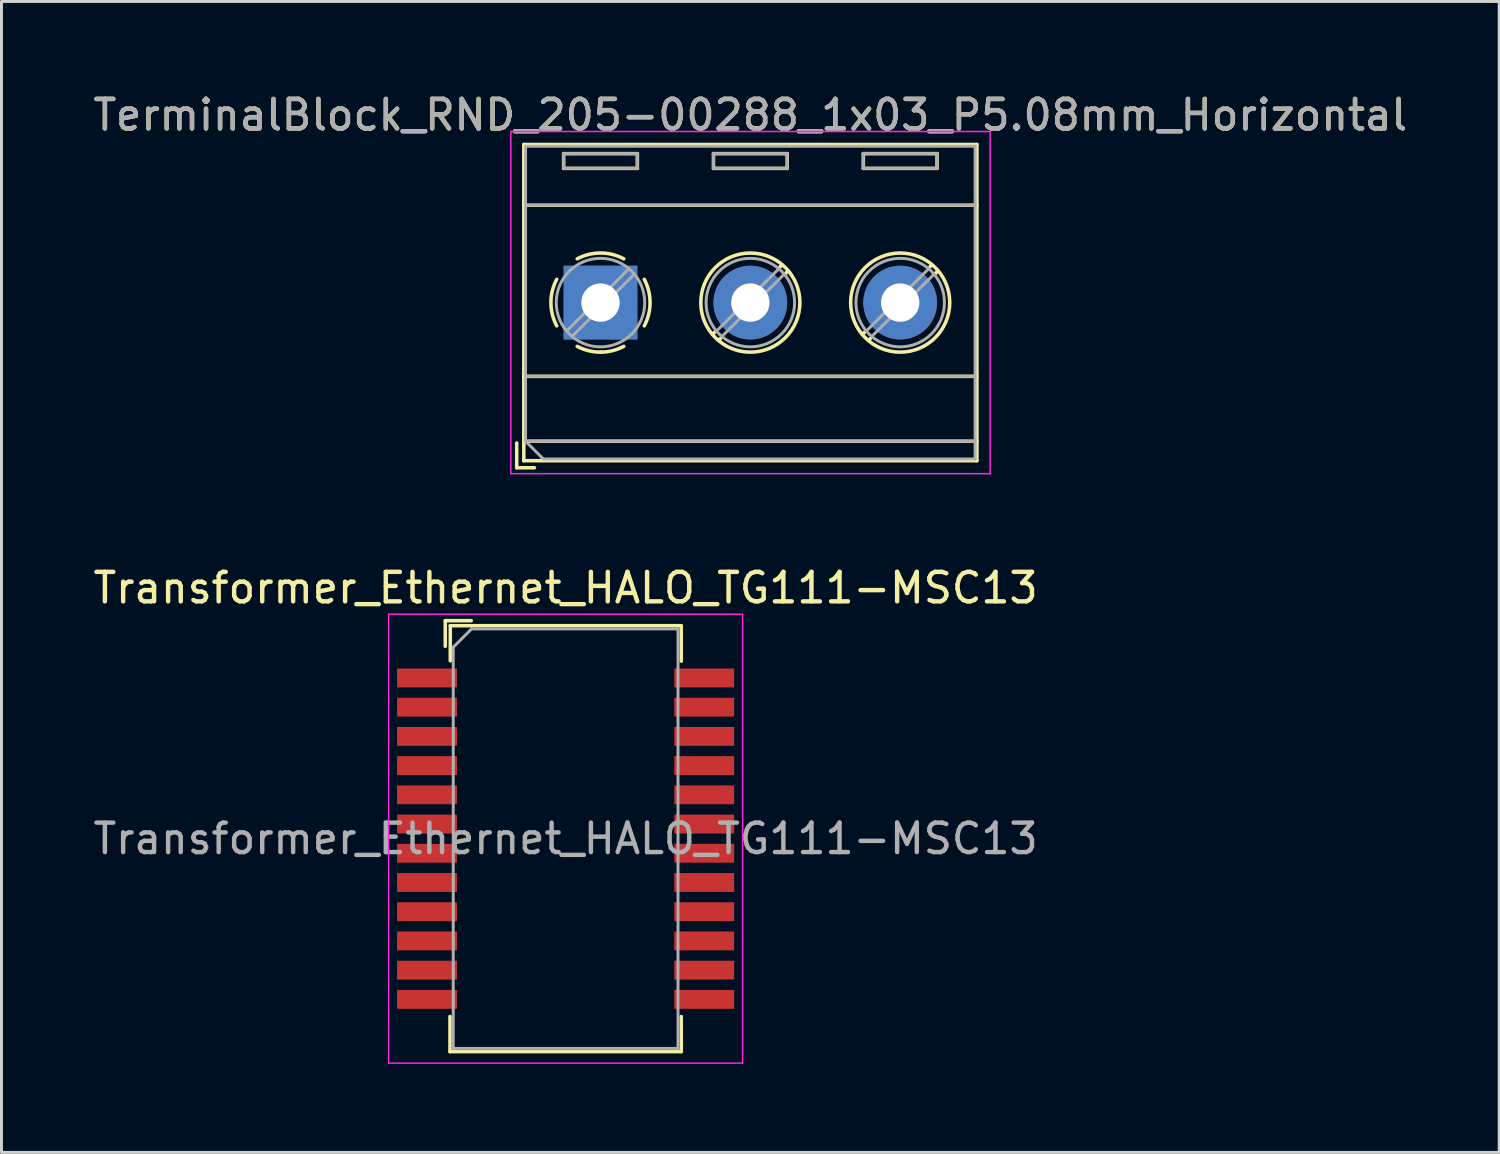
<source format=kicad_pcb>
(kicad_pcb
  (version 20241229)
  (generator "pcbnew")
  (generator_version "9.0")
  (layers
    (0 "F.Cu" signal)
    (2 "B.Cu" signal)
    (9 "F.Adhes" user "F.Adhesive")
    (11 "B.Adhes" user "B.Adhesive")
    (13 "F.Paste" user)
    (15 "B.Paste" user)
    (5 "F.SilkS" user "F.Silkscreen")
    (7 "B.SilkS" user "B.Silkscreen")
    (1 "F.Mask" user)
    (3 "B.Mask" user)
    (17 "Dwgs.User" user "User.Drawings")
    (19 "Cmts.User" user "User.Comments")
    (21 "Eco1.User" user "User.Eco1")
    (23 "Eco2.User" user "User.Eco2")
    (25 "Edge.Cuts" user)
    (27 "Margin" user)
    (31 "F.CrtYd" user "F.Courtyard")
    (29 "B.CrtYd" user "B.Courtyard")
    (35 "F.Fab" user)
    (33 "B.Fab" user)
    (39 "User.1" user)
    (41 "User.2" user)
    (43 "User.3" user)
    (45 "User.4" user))
  (footprint "Transformer_Ethernet_HALO_TG111-MSC13"
    (layer "F.Cu")
    (at 16.125 25.381)
    (property "Reference" "Transformer_Ethernet_HALO_TG111-MSC13" (at 0 -8.5 0) (layer "F.SilkS") (effects (font (size 1 1) (thickness 0.15))))
    (attr smd)
    (fp_line (start -4.08 -7.39) (end -4.08 -6.52) (stroke (width 0.12) (type solid)) (layer "F.SilkS"))
    (fp_line (start -3.92 6.03) (end -3.92 7.22) (stroke (width 0.12) (type solid)) (layer "F.SilkS"))
    (fp_line (start -3.92 7.22) (end 3.92 7.22) (stroke (width 0.12) (type solid)) (layer "F.SilkS"))
    (fp_line (start -3.91 -7.22) (end -3.91 -6.03) (stroke (width 0.12) (type solid)) (layer "F.SilkS"))
    (fp_line (start -3.91 -7.22) (end 3.91 -7.22) (stroke (width 0.12) (type solid)) (layer "F.SilkS"))
    (fp_line (start -3.2 -7.39) (end -4.08 -7.39) (stroke (width 0.12) (type solid)) (layer "F.SilkS"))
    (fp_line (start 3.92 -7.22) (end 3.92 -6.02) (stroke (width 0.12) (type solid)) (layer "F.SilkS"))
    (fp_line (start 3.92 6.03) (end 3.92 7.22) (stroke (width 0.12) (type solid)) (layer "F.SilkS"))
    (fp_line (start -6 7.61) (end -6 -7.61) (stroke (width 0.05) (type solid)) (layer "F.CrtYd"))
    (fp_line (start -6 7.61) (end 6 7.61) (stroke (width 0.05) (type solid)) (layer "F.CrtYd"))
    (fp_line (start 6 -7.61) (end -6 -7.61) (stroke (width 0.05) (type solid)) (layer "F.CrtYd"))
    (fp_line (start 6 7.61) (end 6 -7.61) (stroke (width 0.05) (type solid)) (layer "F.CrtYd"))
    (fp_line (start -3.81 7.11) (end -3.81 -6.49) (stroke (width 0.1) (type solid)) (layer "F.Fab"))
    (fp_line (start -3.81 7.11) (end 3.81 7.11) (stroke (width 0.1) (type solid)) (layer "F.Fab"))
    (fp_line (start -3.19 -7.11) (end -3.81 -6.49) (stroke (width 0.1) (type solid)) (layer "F.Fab"))
    (fp_line (start -3.19 -7.11) (end 3.81 -7.11) (stroke (width 0.1) (type solid)) (layer "F.Fab"))
    (fp_line (start 3.81 7.11) (end 3.81 -7.11) (stroke (width 0.1) (type solid)) (layer "F.Fab"))
    (fp_text user "${REFERENCE}" (at 0 0 0) (layer "F.Fab") (effects (font (size 1 1) (thickness 0.15))))
    (pad "1" smd rect (at -4.699 -5.448 270) (size 0.64 2.03) (layers "F.Cu" "F.Mask" "F.Paste"))
    (pad "2" smd rect (at -4.699 -4.458 270) (size 0.64 2.03) (layers "F.Cu" "F.Mask" "F.Paste"))
    (pad "3" smd rect (at -4.699 -3.467 270) (size 0.64 2.03) (layers "F.Cu" "F.Mask" "F.Paste"))
    (pad "4" smd rect (at -4.699 -2.477 270) (size 0.64 2.03) (layers "F.Cu" "F.Mask" "F.Paste"))
    (pad "5" smd rect (at -4.699 -1.486 270) (size 0.64 2.03) (layers "F.Cu" "F.Mask" "F.Paste"))
    (pad "6" smd rect (at -4.699 -0.495 270) (size 0.64 2.03) (layers "F.Cu" "F.Mask" "F.Paste"))
    (pad "7" smd rect (at -4.699 0.495 270) (size 0.64 2.03) (layers "F.Cu" "F.Mask" "F.Paste"))
    (pad "8" smd rect (at -4.699 1.486 270) (size 0.64 2.03) (layers "F.Cu" "F.Mask" "F.Paste"))
    (pad "9" smd rect (at -4.699 2.477 270) (size 0.64 2.03) (layers "F.Cu" "F.Mask" "F.Paste"))
    (pad "10" smd rect (at -4.699 3.467 270) (size 0.64 2.03) (layers "F.Cu" "F.Mask" "F.Paste"))
    (pad "11" smd rect (at -4.699 4.458 270) (size 0.64 2.03) (layers "F.Cu" "F.Mask" "F.Paste"))
    (pad "12" smd rect (at -4.699 5.448 270) (size 0.64 2.03) (layers "F.Cu" "F.Mask" "F.Paste"))
    (pad "13" smd rect (at 4.699 5.448 270) (size 0.64 2.03) (layers "F.Cu" "F.Mask" "F.Paste"))
    (pad "14" smd rect (at 4.699 4.458 270) (size 0.64 2.03) (layers "F.Cu" "F.Mask" "F.Paste"))
    (pad "15" smd rect (at 4.699 3.467 270) (size 0.64 2.03) (layers "F.Cu" "F.Mask" "F.Paste"))
    (pad "16" smd rect (at 4.699 2.477 270) (size 0.64 2.03) (layers "F.Cu" "F.Mask" "F.Paste"))
    (pad "17" smd rect (at 4.699 1.486 270) (size 0.64 2.03) (layers "F.Cu" "F.Mask" "F.Paste"))
    (pad "18" smd rect (at 4.699 0.495 270) (size 0.64 2.03) (layers "F.Cu" "F.Mask" "F.Paste"))
    (pad "19" smd rect (at 4.699 -0.495 270) (size 0.64 2.03) (layers "F.Cu" "F.Mask" "F.Paste"))
    (pad "20" smd rect (at 4.699 -1.486 270) (size 0.64 2.03) (layers "F.Cu" "F.Mask" "F.Paste"))
    (pad "21" smd rect (at 4.699 -2.477 270) (size 0.64 2.03) (layers "F.Cu" "F.Mask" "F.Paste"))
    (pad "22" smd rect (at 4.699 -3.467 270) (size 0.64 2.03) (layers "F.Cu" "F.Mask" "F.Paste"))
    (pad "23" smd rect (at 4.699 -4.458 270) (size 0.64 2.03) (layers "F.Cu" "F.Mask" "F.Paste"))
    (pad "24" smd rect (at 4.699 -5.448 270) (size 0.64 2.03) (layers "F.Cu" "F.Mask" "F.Paste")))
  (footprint "TerminalBlock_RND_205-00288_1x03_P5.08mm_Horizontal"
    (layer "F.Cu")
    (at 17.307 7.208)
    (property "Reference" "TerminalBlock_RND_205-00288_1x03_P5.08mm_Horizontal" (at 5.08 -6.36 0) (layer "F.SilkS") (effects (font (size 1 1) (thickness 0.15))))
    (attr through_hole)
    (fp_line (start -2.84 4.76) (end -2.84 5.6) (stroke (width 0.12) (type solid)) (layer "F.SilkS"))
    (fp_line (start -2.84 5.6) (end -2.24 5.6) (stroke (width 0.12) (type solid)) (layer "F.SilkS"))
    (fp_line (start -2.6 -5.36) (end -2.6 5.36) (stroke (width 0.12) (type solid)) (layer "F.SilkS"))
    (fp_line (start -2.6 -5.36) (end 12.76 -5.36) (stroke (width 0.12) (type solid)) (layer "F.SilkS"))
    (fp_line (start -2.6 -3.3) (end 12.76 -3.3) (stroke (width 0.12) (type solid)) (layer "F.SilkS"))
    (fp_line (start -2.6 2.5) (end 12.76 2.5) (stroke (width 0.12) (type solid)) (layer "F.SilkS"))
    (fp_line (start -2.6 4.7) (end 12.76 4.7) (stroke (width 0.12) (type solid)) (layer "F.SilkS"))
    (fp_line (start -2.6 5.36) (end 12.76 5.36) (stroke (width 0.12) (type solid)) (layer "F.SilkS"))
    (fp_line (start -1.25 -5.05) (end -1.25 -4.55) (stroke (width 0.12) (type solid)) (layer "F.SilkS"))
    (fp_line (start -1.25 -5.05) (end 1.25 -5.05) (stroke (width 0.12) (type solid)) (layer "F.SilkS"))
    (fp_line (start -1.25 -4.55) (end 1.25 -4.55) (stroke (width 0.12) (type solid)) (layer "F.SilkS"))
    (fp_line (start 1.25 -5.05) (end 1.25 -4.55) (stroke (width 0.12) (type solid)) (layer "F.SilkS"))
    (fp_line (start 3.83 -5.05) (end 3.83 -4.55) (stroke (width 0.12) (type solid)) (layer "F.SilkS"))
    (fp_line (start 3.83 -5.05) (end 6.33 -5.05) (stroke (width 0.12) (type solid)) (layer "F.SilkS"))
    (fp_line (start 3.83 -4.55) (end 6.33 -4.55) (stroke (width 0.12) (type solid)) (layer "F.SilkS"))
    (fp_line (start 3.9 0.976) (end 3.806 1.069) (stroke (width 0.12) (type solid)) (layer "F.SilkS"))
    (fp_line (start 4.07 1.216) (end 4.011 1.274) (stroke (width 0.12) (type solid)) (layer "F.SilkS"))
    (fp_line (start 6.15 -1.275) (end 6.091 -1.216) (stroke (width 0.12) (type solid)) (layer "F.SilkS"))
    (fp_line (start 6.33 -5.05) (end 6.33 -4.55) (stroke (width 0.12) (type solid)) (layer "F.SilkS"))
    (fp_line (start 6.355 -1.069) (end 6.261 -0.976) (stroke (width 0.12) (type solid)) (layer "F.SilkS"))
    (fp_line (start 8.91 -5.05) (end 8.91 -4.55) (stroke (width 0.12) (type solid)) (layer "F.SilkS"))
    (fp_line (start 8.91 -5.05) (end 11.41 -5.05) (stroke (width 0.12) (type solid)) (layer "F.SilkS"))
    (fp_line (start 8.91 -4.55) (end 11.41 -4.55) (stroke (width 0.12) (type solid)) (layer "F.SilkS"))
    (fp_line (start 8.98 0.976) (end 8.886 1.069) (stroke (width 0.12) (type solid)) (layer "F.SilkS"))
    (fp_line (start 9.15 1.216) (end 9.091 1.274) (stroke (width 0.12) (type solid)) (layer "F.SilkS"))
    (fp_line (start 11.23 -1.275) (end 11.171 -1.216) (stroke (width 0.12) (type solid)) (layer "F.SilkS"))
    (fp_line (start 11.41 -5.05) (end 11.41 -4.55) (stroke (width 0.12) (type solid)) (layer "F.SilkS"))
    (fp_line (start 11.435 -1.069) (end 11.341 -0.976) (stroke (width 0.12) (type solid)) (layer "F.SilkS"))
    (fp_line (start 12.76 -5.36) (end 12.76 5.36) (stroke (width 0.12) (type solid)) (layer "F.SilkS"))
    (fp_arc (start -1.483953 0.789089) (mid -1.680708 0.00005) (end -1.484 -0.789) (stroke (width 0.12) (type solid)) (layer "F.SilkS"))
    (fp_arc (start -0.789089 -1.483953) (mid -0.00005 -1.680708) (end 0.789 -1.484) (stroke (width 0.12) (type solid)) (layer "F.SilkS"))
    (fp_arc (start 0.029383 1.68045) (mid -0.392304 1.634281) (end -0.789 1.484) (stroke (width 0.12) (type solid)) (layer "F.SilkS"))
    (fp_arc (start 0.788712 1.483352) (mid 0.406429 1.630097) (end 0 1.68) (stroke (width 0.12) (type solid)) (layer "F.SilkS"))
    (fp_arc (start 1.483953 -0.789089) (mid 1.680708 -0.00005) (end 1.484 0.789) (stroke (width 0.12) (type solid)) (layer "F.SilkS"))
    (fp_circle (center 5.08 0) (end 6.76 0) (stroke (width 0.12) (type solid)) (fill no) (layer "F.SilkS"))
    (fp_circle (center 10.16 0) (end 11.84 0) (stroke (width 0.12) (type solid)) (fill no) (layer "F.SilkS"))
    (fp_line (start -3.04 -5.8) (end -3.04 5.8) (stroke (width 0.05) (type solid)) (layer "F.CrtYd"))
    (fp_line (start -3.04 5.8) (end 13.21 5.8) (stroke (width 0.05) (type solid)) (layer "F.CrtYd"))
    (fp_line (start 13.21 -5.8) (end -3.04 -5.8) (stroke (width 0.05) (type solid)) (layer "F.CrtYd"))
    (fp_line (start 13.21 5.8) (end 13.21 -5.8) (stroke (width 0.05) (type solid)) (layer "F.CrtYd"))
    (fp_line (start -2.54 -5.3) (end 12.7 -5.3) (stroke (width 0.1) (type solid)) (layer "F.Fab"))
    (fp_line (start -2.54 -3.3) (end 12.7 -3.3) (stroke (width 0.1) (type solid)) (layer "F.Fab"))
    (fp_line (start -2.54 2.5) (end 12.7 2.5) (stroke (width 0.1) (type solid)) (layer "F.Fab"))
    (fp_line (start -2.54 4.7) (end -2.54 -5.3) (stroke (width 0.1) (type solid)) (layer "F.Fab"))
    (fp_line (start -2.54 4.7) (end 12.7 4.7) (stroke (width 0.1) (type solid)) (layer "F.Fab"))
    (fp_line (start -1.94 5.3) (end -2.54 4.7) (stroke (width 0.1) (type solid)) (layer "F.Fab"))
    (fp_line (start -1.25 -5.05) (end -1.25 -4.55) (stroke (width 0.1) (type solid)) (layer "F.Fab"))
    (fp_line (start -1.25 -4.55) (end 1.25 -4.55) (stroke (width 0.1) (type solid)) (layer "F.Fab"))
    (fp_line (start 0.955 -1.138) (end -1.138 0.955) (stroke (width 0.1) (type solid)) (layer "F.Fab"))
    (fp_line (start 1.138 -0.955) (end -0.955 1.138) (stroke (width 0.1) (type solid)) (layer "F.Fab"))
    (fp_line (start 1.25 -5.05) (end -1.25 -5.05) (stroke (width 0.1) (type solid)) (layer "F.Fab"))
    (fp_line (start 1.25 -4.55) (end 1.25 -5.05) (stroke (width 0.1) (type solid)) (layer "F.Fab"))
    (fp_line (start 3.83 -5.05) (end 3.83 -4.55) (stroke (width 0.1) (type solid)) (layer "F.Fab"))
    (fp_line (start 3.83 -4.55) (end 6.33 -4.55) (stroke (width 0.1) (type solid)) (layer "F.Fab"))
    (fp_line (start 6.035 -1.138) (end 3.943 0.955) (stroke (width 0.1) (type solid)) (layer "F.Fab"))
    (fp_line (start 6.218 -0.955) (end 4.126 1.138) (stroke (width 0.1) (type solid)) (layer "F.Fab"))
    (fp_line (start 6.33 -5.05) (end 3.83 -5.05) (stroke (width 0.1) (type solid)) (layer "F.Fab"))
    (fp_line (start 6.33 -4.55) (end 6.33 -5.05) (stroke (width 0.1) (type solid)) (layer "F.Fab"))
    (fp_line (start 8.91 -5.05) (end 8.91 -4.55) (stroke (width 0.1) (type solid)) (layer "F.Fab"))
    (fp_line (start 8.91 -4.55) (end 11.41 -4.55) (stroke (width 0.1) (type solid)) (layer "F.Fab"))
    (fp_line (start 11.115 -1.138) (end 9.023 0.955) (stroke (width 0.1) (type solid)) (layer "F.Fab"))
    (fp_line (start 11.298 -0.955) (end 9.206 1.138) (stroke (width 0.1) (type solid)) (layer "F.Fab"))
    (fp_line (start 11.41 -5.05) (end 8.91 -5.05) (stroke (width 0.1) (type solid)) (layer "F.Fab"))
    (fp_line (start 11.41 -4.55) (end 11.41 -5.05) (stroke (width 0.1) (type solid)) (layer "F.Fab"))
    (fp_line (start 12.7 -5.3) (end 12.7 5.3) (stroke (width 0.1) (type solid)) (layer "F.Fab"))
    (fp_line (start 12.7 5.3) (end -1.94 5.3) (stroke (width 0.1) (type solid)) (layer "F.Fab"))
    (fp_circle (center 0 0) (end 1.5 0) (stroke (width 0.1) (type solid)) (fill no) (layer "F.Fab"))
    (fp_circle (center 5.08 0) (end 6.58 0) (stroke (width 0.1) (type solid)) (fill no) (layer "F.Fab"))
    (fp_circle (center 10.16 0) (end 11.66 0) (stroke (width 0.1) (type solid)) (fill no) (layer "F.Fab"))
    (fp_text user "${REFERENCE}" (at 5.08 -6.36 0) (layer "F.Fab") (effects (font (size 1 1) (thickness 0.15))))
    (pad "1" thru_hole rect (at 0 0) (size 2.5 2.5) (drill 1.3) (layers "*.Cu" "*.Mask"))
    (pad "2" thru_hole circle (at 5.08 0) (size 2.5 2.5) (drill 1.3) (layers "*.Cu" "*.Mask"))
    (pad "3" thru_hole circle (at 10.16 0) (size 2.5 2.5) (drill 1.3) (layers "*.Cu" "*.Mask")))
  (gr_rect
    (start -3 -3)
    (end 47.774 36.017)
    (stroke (width 0.1) (type default))
    (fill no)
    (layer "Edge.Cuts")))
</source>
